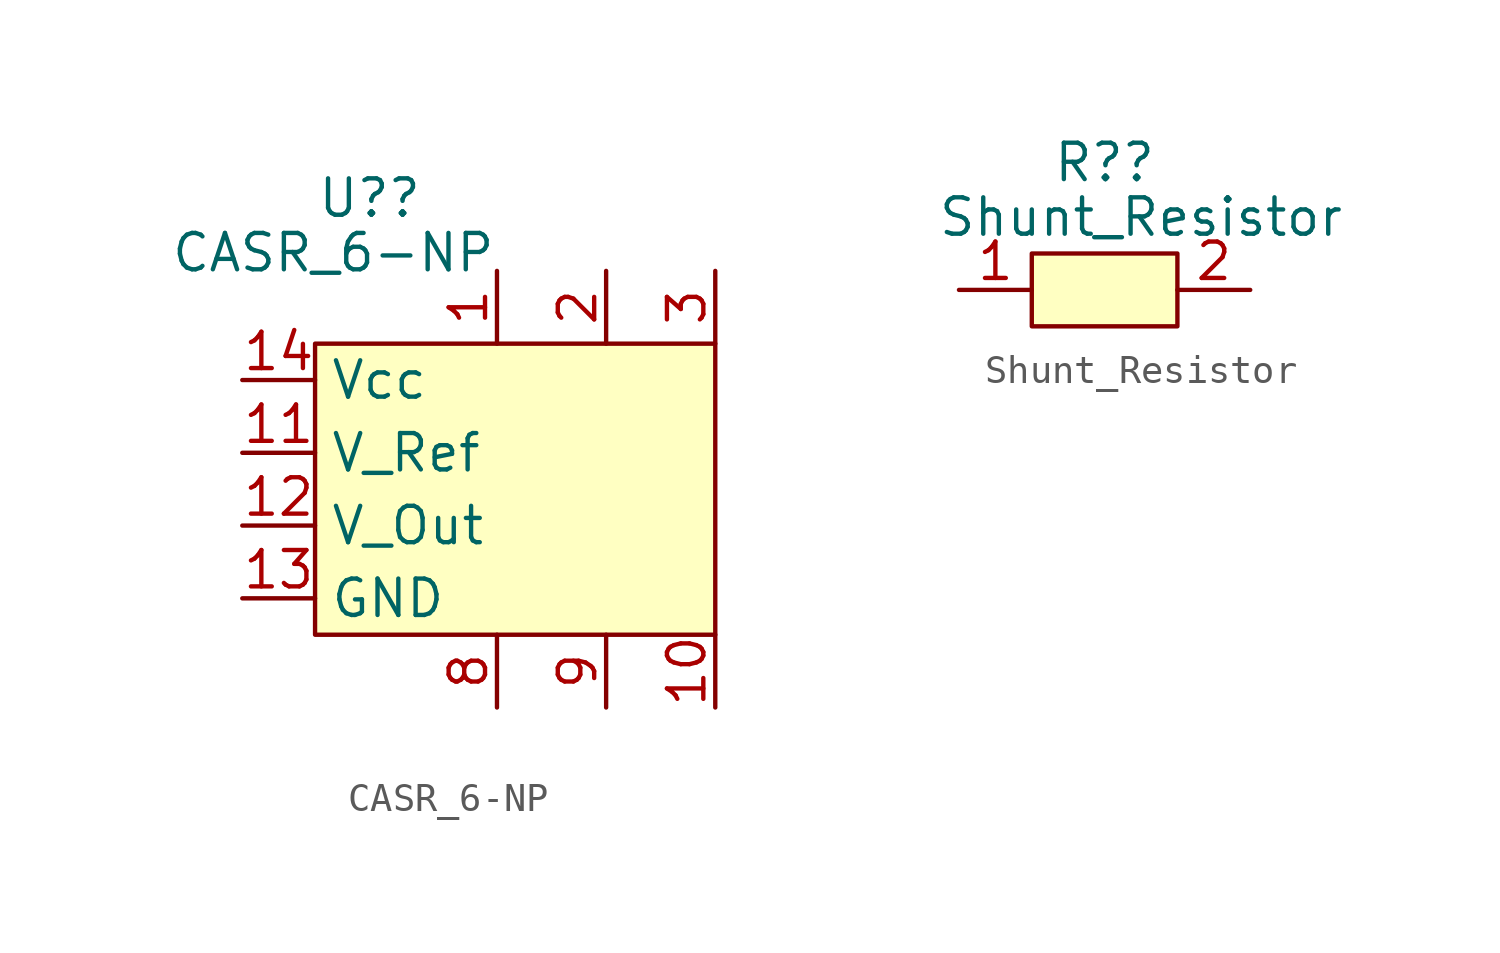
<source format=kicad_sym>
(kicad_symbol_lib
  (version 20211014)
  (generator kicad_symbol_editor)
  (symbol "CASR_6-NP"
    (property "Reference" "U?"
      (at -0.635 8.89 0)
      (effects (font (size 1.27 1.27))))
    (property "Value" "CASR_6-NP"
      (at -1.905 6.985 0)
      (effects (font (size 1.27 1.27))))
    (symbol "CASR_6-NP_0_1"
      (rectangle (start -2.54 3.81) (end 11.43 -6.35) (stroke (width 0) (type default) (color 0 0 0 0)) (fill (type background))))
    (symbol "CASR_6-NP_1_1"
      (pin input line (at 3.81 6.35 270) (length 2.54) (name "" (effects (font (size 1.27 1.27)))) (number "1" (effects (font (size 1.27 1.27)))))
      (pin input line (at 11.43 -8.89 90) (length 2.54) (name "" (effects (font (size 1.27 1.27)))) (number "10" (effects (font (size 1.27 1.27)))))
      (pin output line (at -5.08 0 0) (length 2.54) (name "V_Ref" (effects (font (size 1.27 1.27)))) (number "11" (effects (font (size 1.27 1.27)))))
      (pin output line (at -5.08 -2.54 0) (length 2.54) (name "V_Out" (effects (font (size 1.27 1.27)))) (number "12" (effects (font (size 1.27 1.27)))))
      (pin input line (at -5.08 -5.08 0) (length 2.54) (name "GND" (effects (font (size 1.27 1.27)))) (number "13" (effects (font (size 1.27 1.27)))))
      (pin input line (at -5.08 2.54 0) (length 2.54) (name "Vcc" (effects (font (size 1.27 1.27)))) (number "14" (effects (font (size 1.27 1.27)))))
      (pin input line (at 7.62 6.35 270) (length 2.54) (name "" (effects (font (size 1.27 1.27)))) (number "2" (effects (font (size 1.27 1.27)))))
      (pin input line (at 11.43 6.35 270) (length 2.54) (name "" (effects (font (size 1.27 1.27)))) (number "3" (effects (font (size 1.27 1.27)))))
      (pin input line (at 3.81 -8.89 90) (length 2.54) (name "" (effects (font (size 1.27 1.27)))) (number "8" (effects (font (size 1.27 1.27)))))
      (pin input line (at 7.62 -8.89 90) (length 2.54) (name "" (effects (font (size 1.27 1.27)))) (number "9" (effects (font (size 1.27 1.27)))))))
  (symbol "Shunt_Resistor"
    (property "Reference" "R?"
      (at 0 4.445 0)
      (effects (font (size 1.27 1.27))))
    (property "Value" "Shunt_Resistor"
      (at 1.27 2.54 0)
      (effects (font (size 1.27 1.27))))
    (symbol "Shunt_Resistor_0_1"
      (rectangle (start -2.54 1.27) (end 2.54 -1.27) (stroke (width 0) (type default) (color 0 0 0 0)) (fill (type background))))
    (symbol "Shunt_Resistor_1_1"
      (pin input line (at -5.08 0 0) (length 2.54) (name "" (effects (font (size 1.27 1.27)))) (number "1" (effects (font (size 1.27 1.27)))))
      (pin input line (at 5.08 0 180) (length 2.54) (name "" (effects (font (size 1.27 1.27)))) (number "2" (effects (font (size 1.27 1.27))))))))
</source>
